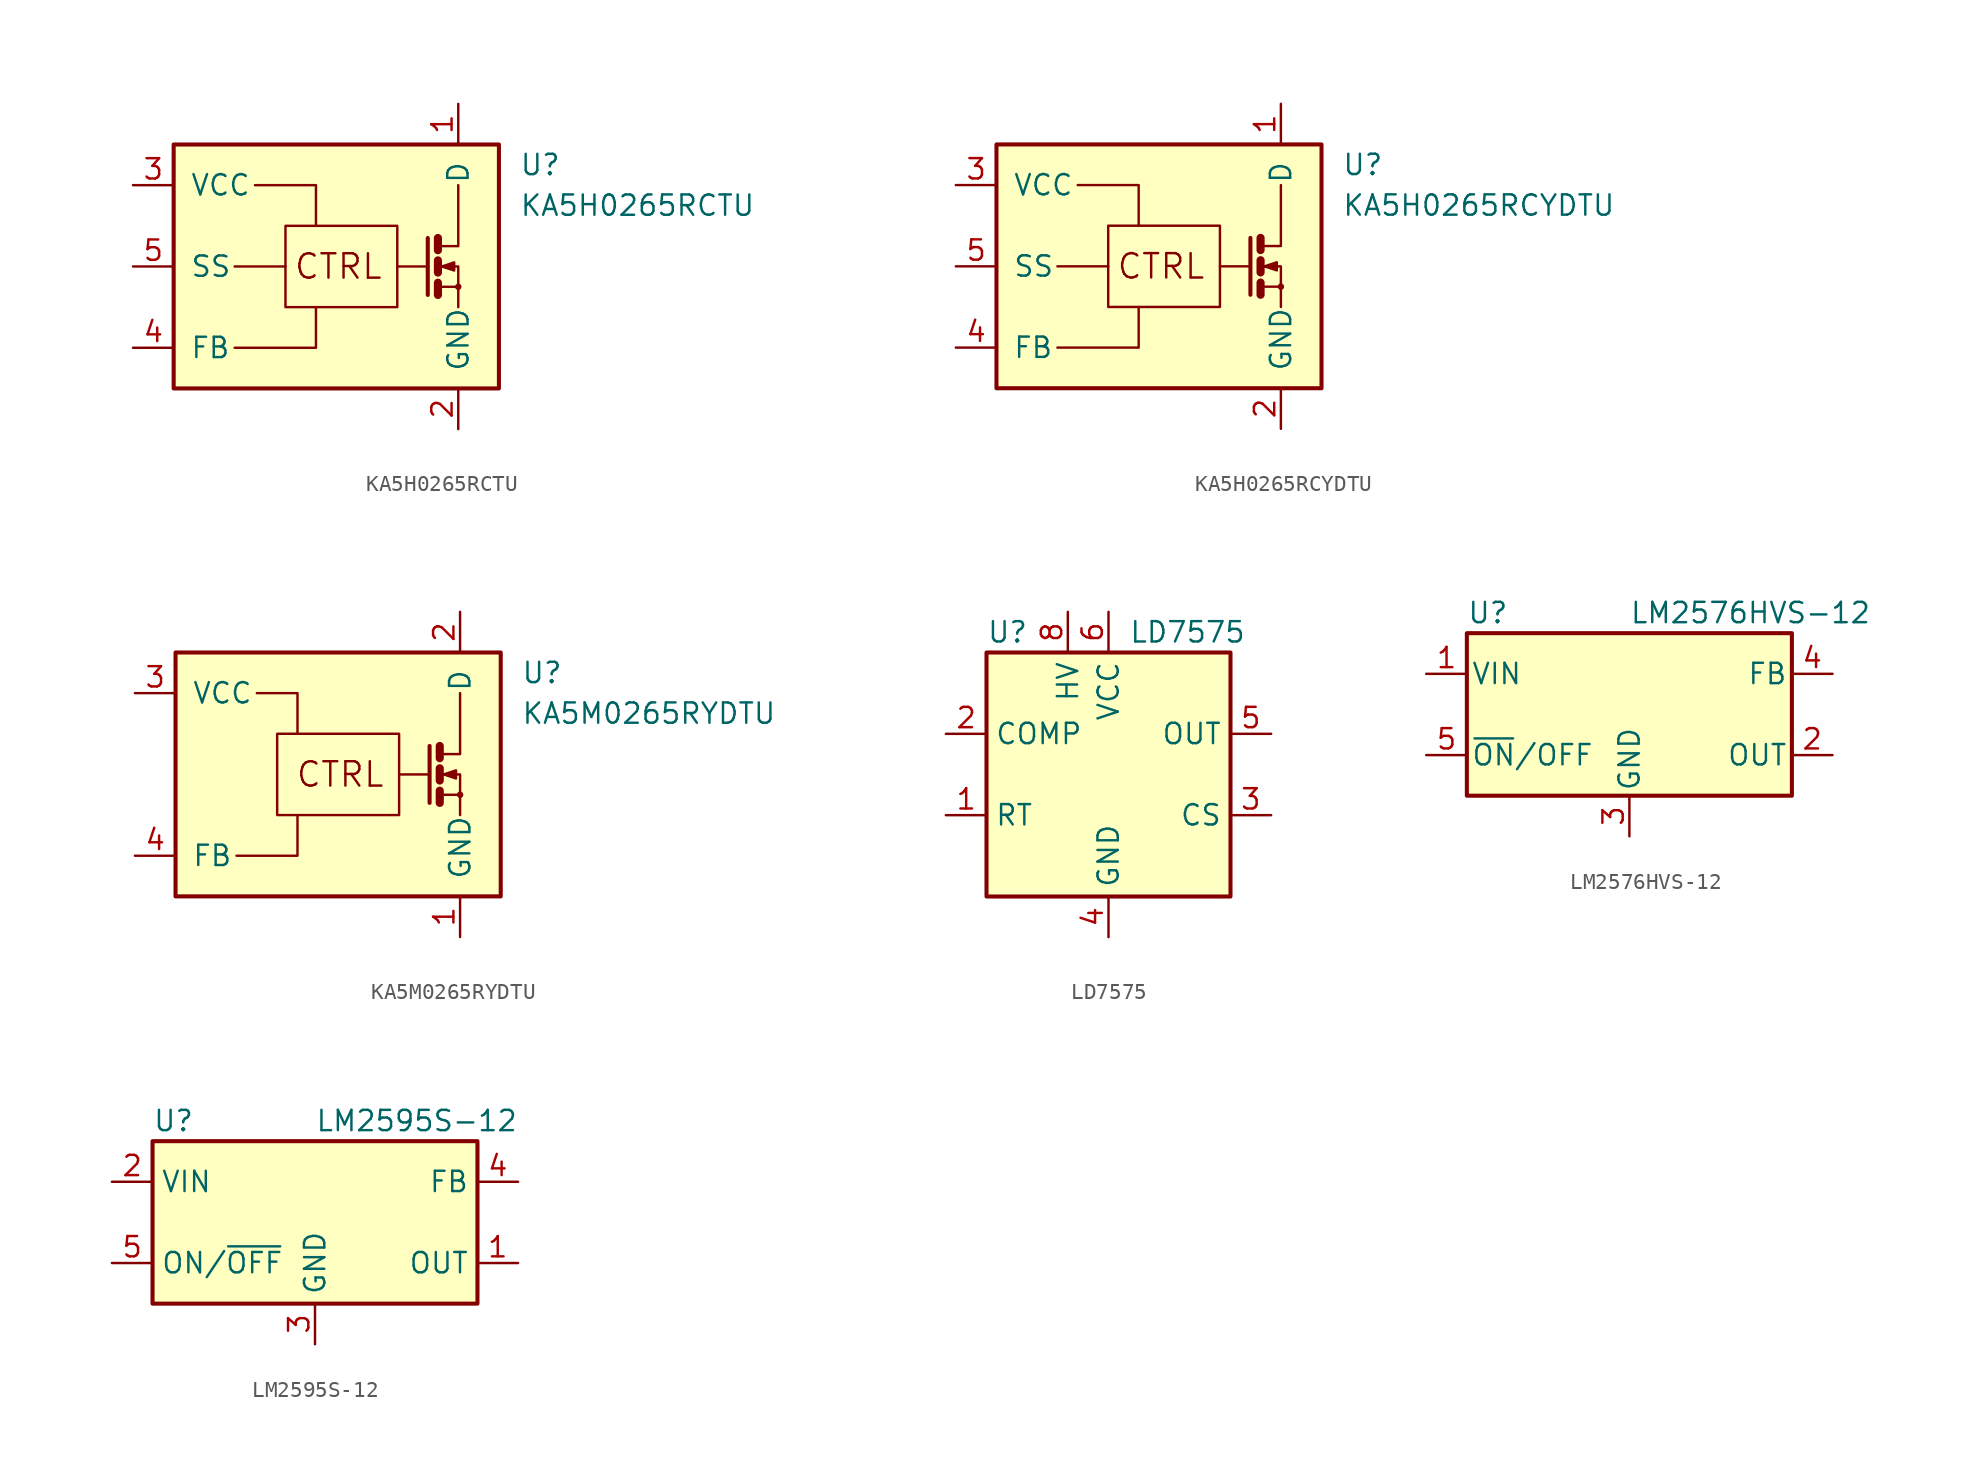
<source format=kicad_sym>
(kicad_symbol_lib
  (version 20201005)
  (generator kicad_symbol_editor)
  (symbol "KA5H0265RCTU"
    (pin_names
      (offset 1.016))
    (property "Reference" "U"
      (at 11.43 6.35 0)
      (effects (font (size 1.27 1.27)) (justify left)))
    (property "Value" "KA5H0265RCTU"
      (at 11.43 3.81 0)
      (effects (font (size 1.27 1.27)) (justify left)))
    (symbol "KA5H0265RCTU_0_0"
      (circle (center 7.62 -1.27) (radius 0.127) (stroke (width 0)) (fill (type none)))
      (text "CTRL" (at 0.127 0 0) (effects (font (size 1.524 1.524))))
      (rectangle (start -10.16 7.62) (end 10.16 -7.62) (stroke (width 0.254)) (fill (type background)))
      (rectangle (start -3.175 2.54) (end 3.81 -2.54) (stroke (width 0)) (fill (type none)))
      (polyline (pts (xy -3.175 0) (xy -6.35 0)) (stroke (width 0)) (fill (type none)))
      (polyline (pts (xy 3.81 0) (xy 5.715 0)) (stroke (width 0)) (fill (type none)))
      (polyline (pts (xy 5.715 1.778) (xy 5.715 -1.778)) (stroke (width 0.254)) (fill (type none)))
      (polyline (pts (xy 6.35 -1.27) (xy 7.62 -1.27)) (stroke (width 0)) (fill (type none)))
      (polyline (pts (xy 6.35 -1.016) (xy 6.35 -1.778)) (stroke (width 0.508)) (fill (type none)))
      (polyline (pts (xy 6.35 0.381) (xy 6.35 -0.381)) (stroke (width 0.508)) (fill (type none)))
      (polyline (pts (xy 6.35 1.778) (xy 6.35 1.016)) (stroke (width 0.508)) (fill (type none)))
      (polyline (pts (xy -6.35 -5.08) (xy -1.27 -5.08) (xy -1.27 -2.54)) (stroke (width 0)) (fill (type none)))
      (polyline (pts (xy -1.27 2.54) (xy -1.27 5.08) (xy -5.08 5.08)) (stroke (width 0)) (fill (type none)))
      (polyline (pts (xy 6.35 1.27) (xy 7.62 1.27) (xy 7.62 5.08)) (stroke (width 0)) (fill (type none)))
      (polyline (pts (xy 6.604 0) (xy 7.366 0.254) (xy 7.366 -0.254) (xy 6.604 0)) (stroke (width 0)) (fill (type outline)))
      (polyline (pts (xy 7.62 -1.905) (xy 7.62 -2.54) (xy 7.62 0) (xy 6.35 0)) (stroke (width 0)) (fill (type none))))
    (symbol "KA5H0265RCTU_1_1"
      (pin passive line (at 7.62 10.16 270) (length 2.54) (name "D" (effects (font (size 1.27 1.27)))) (number "1" (effects (font (size 1.27 1.27)))))
      (pin power_in line (at 7.62 -10.16 90) (length 2.54) (name "GND" (effects (font (size 1.27 1.27)))) (number "2" (effects (font (size 1.27 1.27)))))
      (pin power_in line (at -12.7 5.08 0) (length 2.54) (name "VCC" (effects (font (size 1.27 1.27)))) (number "3" (effects (font (size 1.27 1.27)))))
      (pin passive line (at -12.7 -5.08 0) (length 2.54) (name "FB" (effects (font (size 1.27 1.27)))) (number "4" (effects (font (size 1.27 1.27)))))
      (pin passive line (at -12.7 0 0) (length 2.54) (name "SS" (effects (font (size 1.27 1.27)))) (number "5" (effects (font (size 1.27 1.27)))))))
  (symbol "KA5H0265RCYDTU"
    (pin_names
      (offset 1.016))
    (property "Reference" "U"
      (at 11.43 6.35 0)
      (effects (font (size 1.27 1.27)) (justify left)))
    (property "Value" "KA5H0265RCYDTU"
      (at 11.43 3.81 0)
      (effects (font (size 1.27 1.27)) (justify left)))
    (symbol "KA5H0265RCYDTU_0_0"
      (circle (center 7.62 -1.27) (radius 0.127) (stroke (width 0)) (fill (type none)))
      (text "CTRL" (at 0.127 0 0) (effects (font (size 1.524 1.524))))
      (rectangle (start -10.16 7.62) (end 10.16 -7.62) (stroke (width 0.254)) (fill (type background)))
      (rectangle (start -3.175 2.54) (end 3.81 -2.54) (stroke (width 0)) (fill (type none)))
      (polyline (pts (xy -3.175 0) (xy -6.35 0)) (stroke (width 0)) (fill (type none)))
      (polyline (pts (xy 3.81 0) (xy 5.715 0)) (stroke (width 0)) (fill (type none)))
      (polyline (pts (xy 5.715 1.778) (xy 5.715 -1.778)) (stroke (width 0.254)) (fill (type none)))
      (polyline (pts (xy 6.35 -1.27) (xy 7.62 -1.27)) (stroke (width 0)) (fill (type none)))
      (polyline (pts (xy 6.35 -1.016) (xy 6.35 -1.778)) (stroke (width 0.508)) (fill (type none)))
      (polyline (pts (xy 6.35 0.381) (xy 6.35 -0.381)) (stroke (width 0.508)) (fill (type none)))
      (polyline (pts (xy 6.35 1.778) (xy 6.35 1.016)) (stroke (width 0.508)) (fill (type none)))
      (polyline (pts (xy -6.35 -5.08) (xy -1.27 -5.08) (xy -1.27 -2.54)) (stroke (width 0)) (fill (type none)))
      (polyline (pts (xy -1.27 2.54) (xy -1.27 5.08) (xy -5.08 5.08)) (stroke (width 0)) (fill (type none)))
      (polyline (pts (xy 6.35 1.27) (xy 7.62 1.27) (xy 7.62 5.08)) (stroke (width 0)) (fill (type none)))
      (polyline (pts (xy 6.604 0) (xy 7.366 0.254) (xy 7.366 -0.254) (xy 6.604 0)) (stroke (width 0)) (fill (type outline)))
      (polyline (pts (xy 7.62 -1.905) (xy 7.62 -2.54) (xy 7.62 0) (xy 6.35 0)) (stroke (width 0)) (fill (type none))))
    (symbol "KA5H0265RCYDTU_1_1"
      (pin passive line (at 7.62 10.16 270) (length 2.54) (name "D" (effects (font (size 1.27 1.27)))) (number "1" (effects (font (size 1.27 1.27)))))
      (pin power_in line (at 7.62 -10.16 90) (length 2.54) (name "GND" (effects (font (size 1.27 1.27)))) (number "2" (effects (font (size 1.27 1.27)))))
      (pin power_in line (at -12.7 5.08 0) (length 2.54) (name "VCC" (effects (font (size 1.27 1.27)))) (number "3" (effects (font (size 1.27 1.27)))))
      (pin passive line (at -12.7 -5.08 0) (length 2.54) (name "FB" (effects (font (size 1.27 1.27)))) (number "4" (effects (font (size 1.27 1.27)))))
      (pin passive line (at -12.7 0 0) (length 2.54) (name "SS" (effects (font (size 1.27 1.27)))) (number "5" (effects (font (size 1.27 1.27)))))))
  (symbol "KA5M0265RYDTU"
    (pin_names
      (offset 1.016))
    (property "Reference" "U"
      (at 11.43 6.35 0)
      (effects (font (size 1.27 1.27)) (justify left)))
    (property "Value" "KA5M0265RYDTU"
      (at 11.43 3.81 0)
      (effects (font (size 1.27 1.27)) (justify left)))
    (symbol "KA5M0265RYDTU_0_0"
      (circle (center 7.62 -1.27) (radius 0.127) (stroke (width 0)) (fill (type none)))
      (text "CTRL" (at 0.127 0 0) (effects (font (size 1.524 1.524))))
      (rectangle (start -10.16 7.62) (end 10.16 -7.62) (stroke (width 0.254)) (fill (type background)))
      (rectangle (start -3.81 2.54) (end 3.81 -2.54) (stroke (width 0)) (fill (type none)))
      (polyline (pts (xy 3.81 0) (xy 5.715 0)) (stroke (width 0)) (fill (type none)))
      (polyline (pts (xy 5.715 1.778) (xy 5.715 -1.778)) (stroke (width 0.254)) (fill (type none)))
      (polyline (pts (xy 6.35 -1.27) (xy 7.62 -1.27)) (stroke (width 0)) (fill (type none)))
      (polyline (pts (xy 6.35 -1.016) (xy 6.35 -1.778)) (stroke (width 0.508)) (fill (type none)))
      (polyline (pts (xy 6.35 0.381) (xy 6.35 -0.381)) (stroke (width 0.508)) (fill (type none)))
      (polyline (pts (xy 6.35 1.778) (xy 6.35 1.016)) (stroke (width 0.508)) (fill (type none)))
      (polyline (pts (xy -6.35 -5.08) (xy -2.54 -5.08) (xy -2.54 -2.54)) (stroke (width 0)) (fill (type none)))
      (polyline (pts (xy -5.08 5.08) (xy -2.54 5.08) (xy -2.54 2.54)) (stroke (width 0)) (fill (type none)))
      (polyline (pts (xy 6.35 1.27) (xy 7.62 1.27) (xy 7.62 5.08)) (stroke (width 0)) (fill (type none)))
      (polyline (pts (xy 7.62 -2.54) (xy 7.62 0) (xy 6.35 0)) (stroke (width 0)) (fill (type none)))
      (polyline (pts (xy 6.604 0) (xy 7.366 0.254) (xy 7.366 -0.254) (xy 6.604 0)) (stroke (width 0)) (fill (type outline))))
    (symbol "KA5M0265RYDTU_1_1"
      (pin power_in line (at 7.62 -10.16 90) (length 2.54) (name "GND" (effects (font (size 1.27 1.27)))) (number "1" (effects (font (size 1.27 1.27)))))
      (pin passive line (at 7.62 10.16 270) (length 2.54) (name "D" (effects (font (size 1.27 1.27)))) (number "2" (effects (font (size 1.27 1.27)))))
      (pin power_in line (at -12.7 5.08 0) (length 2.54) (name "VCC" (effects (font (size 1.27 1.27)))) (number "3" (effects (font (size 1.27 1.27)))))
      (pin passive line (at -12.7 -5.08 0) (length 2.54) (name "FB" (effects (font (size 1.27 1.27)))) (number "4" (effects (font (size 1.27 1.27)))))))
  (symbol "LD7575"
    (property "Reference" "U"
      (at -7.62 8.89 0)
      (effects (font (size 1.27 1.27)) (justify left)))
    (property "Value" "LD7575"
      (at 1.27 8.89 0)
      (effects (font (size 1.27 1.27)) (justify left)))
    (symbol "LD7575_0_1"
      (rectangle (start -7.62 7.62) (end 7.62 -7.62) (stroke (width 0.254)) (fill (type background))))
    (symbol "LD7575_1_1"
      (pin passive line (at -10.16 -2.54 0) (length 2.54) (name "RT" (effects (font (size 1.27 1.27)))) (number "1" (effects (font (size 1.27 1.27)))))
      (pin passive line (at -10.16 2.54 0) (length 2.54) (name "COMP" (effects (font (size 1.27 1.27)))) (number "2" (effects (font (size 1.27 1.27)))))
      (pin input line (at 10.16 -2.54 180) (length 2.54) (name "CS" (effects (font (size 1.27 1.27)))) (number "3" (effects (font (size 1.27 1.27)))))
      (pin power_in line (at 0 -10.16 90) (length 2.54) (name "GND" (effects (font (size 1.27 1.27)))) (number "4" (effects (font (size 1.27 1.27)))))
      (pin output line (at 10.16 2.54 180) (length 2.54) (name "OUT" (effects (font (size 1.27 1.27)))) (number "5" (effects (font (size 1.27 1.27)))))
      (pin power_in line (at 0 10.16 270) (length 2.54) (name "VCC" (effects (font (size 1.27 1.27)))) (number "6" (effects (font (size 1.27 1.27)))))
      (pin no_connect line (at 7.62 0 180) (length 2.54) hide (name "NC" (effects (font (size 1.27 1.27)))) (number "7" (effects (font (size 1.27 1.27)))))
      (pin passive line (at -2.54 10.16 270) (length 2.54) (name "HV" (effects (font (size 1.27 1.27)))) (number "8" (effects (font (size 1.27 1.27)))))))
  (symbol "LM2576HVS-12"
    (pin_names
      (offset 0.254))
    (property "Reference" "U"
      (at -10.16 6.35 0)
      (effects (font (size 1.27 1.27)) (justify left)))
    (property "Value" "LM2576HVS-12"
      (at 0 6.35 0)
      (effects (font (size 1.27 1.27)) (justify left)))
    (symbol "LM2576HVS-12_0_1"
      (rectangle (start -10.16 5.08) (end 10.16 -5.08) (stroke (width 0.254)) (fill (type background))))
    (symbol "LM2576HVS-12_1_1"
      (pin power_in line (at -12.7 2.54 0) (length 2.54) (name "VIN" (effects (font (size 1.27 1.27)))) (number "1" (effects (font (size 1.27 1.27)))))
      (pin output line (at 12.7 -2.54 180) (length 2.54) (name "OUT" (effects (font (size 1.27 1.27)))) (number "2" (effects (font (size 1.27 1.27)))))
      (pin power_in line (at 0 -7.62 90) (length 2.54) (name "GND" (effects (font (size 1.27 1.27)))) (number "3" (effects (font (size 1.27 1.27)))))
      (pin input line (at 12.7 2.54 180) (length 2.54) (name "FB" (effects (font (size 1.27 1.27)))) (number "4" (effects (font (size 1.27 1.27)))))
      (pin input line (at -12.7 -2.54 0) (length 2.54) (name "~ON~/OFF" (effects (font (size 1.27 1.27)))) (number "5" (effects (font (size 1.27 1.27)))))))
  (symbol "LM2595S-12"
    (property "Reference" "U"
      (at -10.16 6.35 0)
      (effects (font (size 1.27 1.27)) (justify left)))
    (property "Value" "LM2595S-12"
      (at 0 6.35 0)
      (effects (font (size 1.27 1.27)) (justify left)))
    (symbol "LM2595S-12_0_1"
      (rectangle (start -10.16 5.08) (end 10.16 -5.08) (stroke (width 0.254)) (fill (type background))))
    (symbol "LM2595S-12_1_1"
      (pin output line (at 12.7 -2.54 180) (length 2.54) (name "OUT" (effects (font (size 1.27 1.27)))) (number "1" (effects (font (size 1.27 1.27)))))
      (pin power_in line (at -12.7 2.54 0) (length 2.54) (name "VIN" (effects (font (size 1.27 1.27)))) (number "2" (effects (font (size 1.27 1.27)))))
      (pin power_in line (at 0 -7.62 90) (length 2.54) (name "GND" (effects (font (size 1.27 1.27)))) (number "3" (effects (font (size 1.27 1.27)))))
      (pin input line (at 12.7 2.54 180) (length 2.54) (name "FB" (effects (font (size 1.27 1.27)))) (number "4" (effects (font (size 1.27 1.27)))))
      (pin input line (at -12.7 -2.54 0) (length 2.54) (name "ON/~OFF" (effects (font (size 1.27 1.27)))) (number "5" (effects (font (size 1.27 1.27))))))))
</source>
